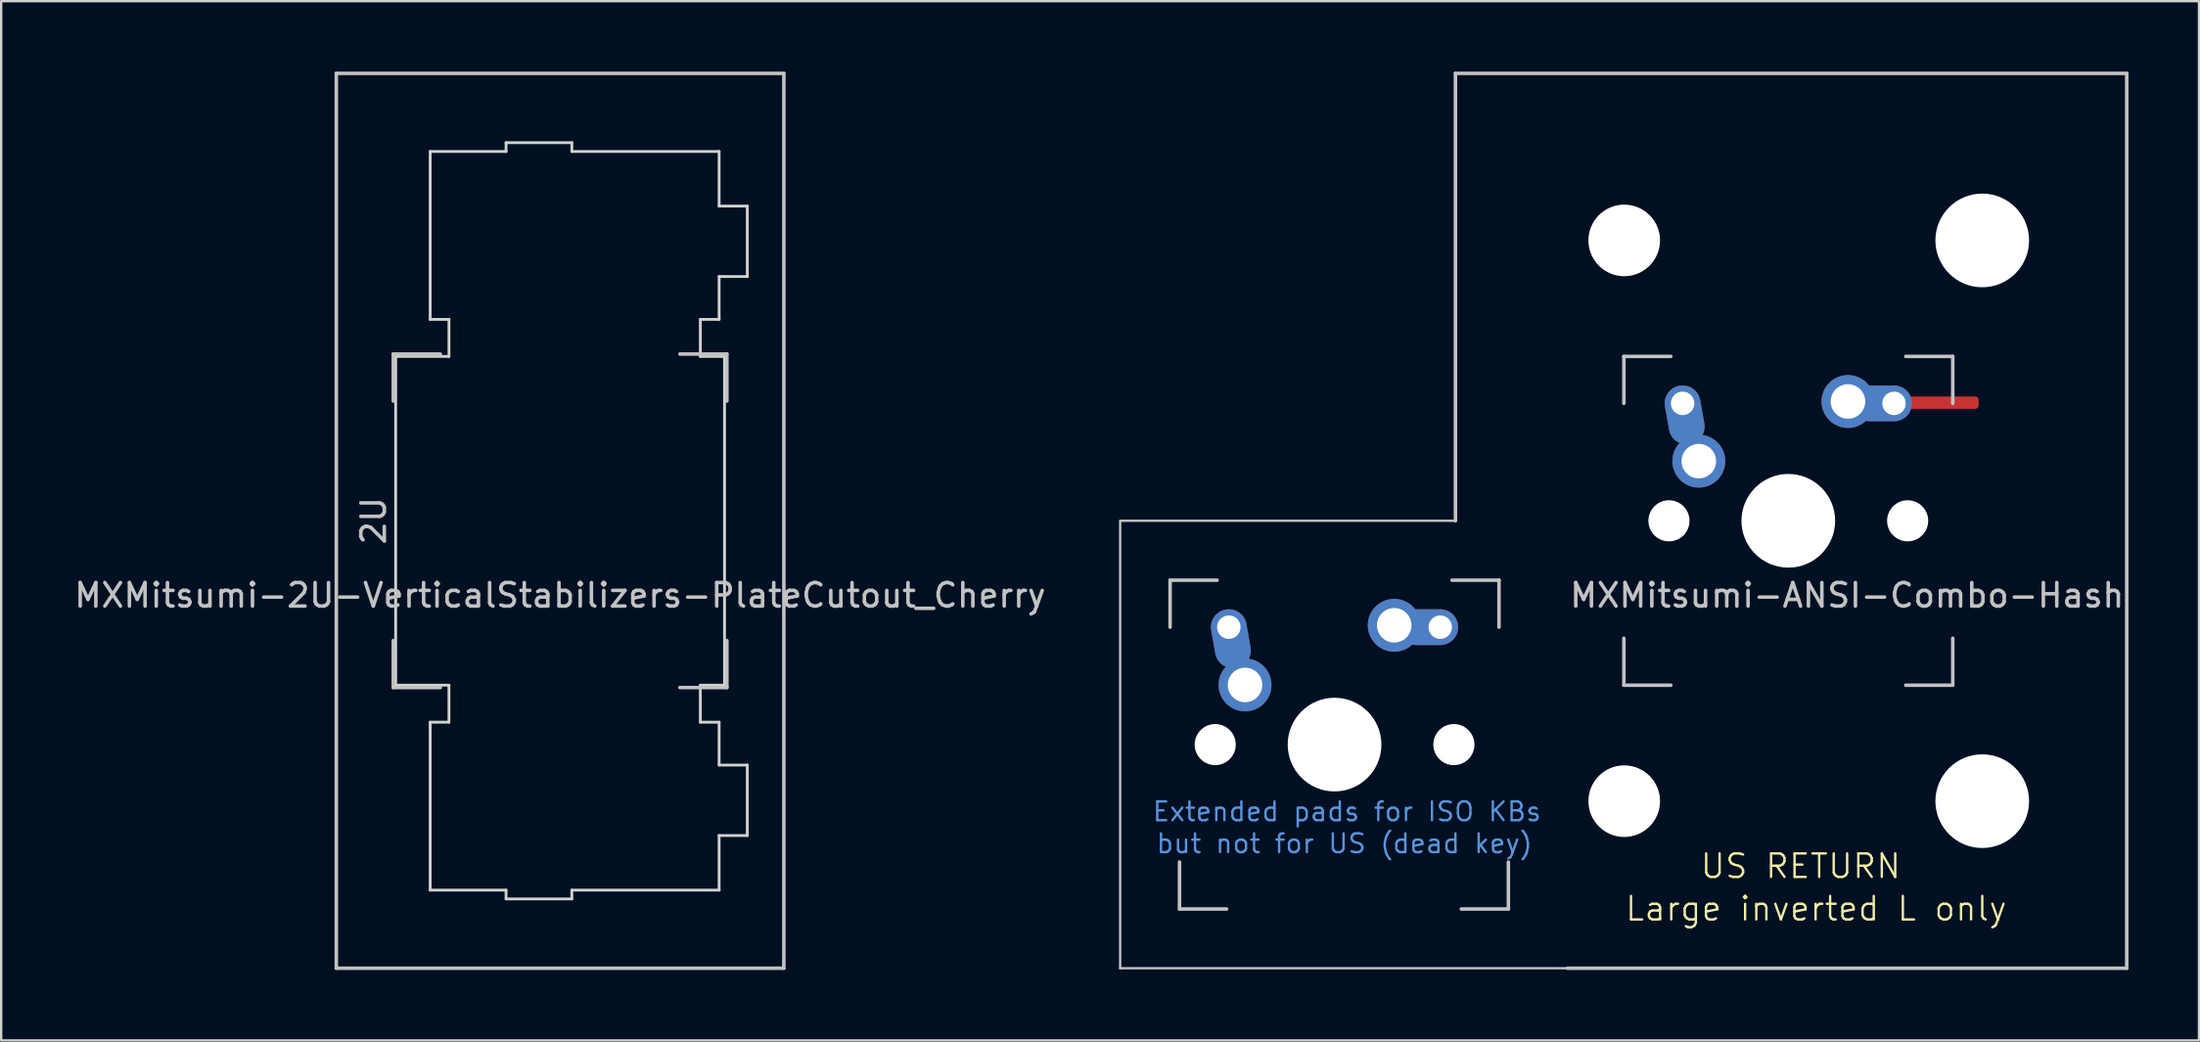
<source format=kicad_pcb>
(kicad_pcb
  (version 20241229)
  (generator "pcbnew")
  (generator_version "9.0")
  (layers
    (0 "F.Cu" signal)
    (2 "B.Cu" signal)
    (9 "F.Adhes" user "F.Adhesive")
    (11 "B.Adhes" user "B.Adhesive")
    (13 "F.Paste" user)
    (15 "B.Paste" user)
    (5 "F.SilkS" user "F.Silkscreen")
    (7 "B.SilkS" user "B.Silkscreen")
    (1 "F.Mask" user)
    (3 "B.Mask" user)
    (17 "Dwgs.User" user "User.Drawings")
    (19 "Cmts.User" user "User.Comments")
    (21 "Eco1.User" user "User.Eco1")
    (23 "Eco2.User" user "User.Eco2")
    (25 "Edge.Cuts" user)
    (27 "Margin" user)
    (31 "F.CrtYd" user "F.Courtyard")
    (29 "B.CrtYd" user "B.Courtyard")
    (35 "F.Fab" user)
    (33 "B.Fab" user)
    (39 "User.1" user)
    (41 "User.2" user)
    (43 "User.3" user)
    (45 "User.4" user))
  (footprint "MXMitsumi-2U-VerticalStabilizers-PlateCutout_Cherry"
    (layer "F.Cu")
    (at 20.792 19.125)
    (property "Reference" "MXMitsumi-2U-VerticalStabilizers-PlateCutout_Cherry" (at 0 3.175 0) (layer "Dwgs.User") (effects (font (size 1 1) (thickness 0.15))))
    (attr through_hole)
    (fp_line (start -9.525 -19.05) (end 9.525 -19.05) (stroke (width 0.15) (type solid)) (layer "Dwgs.User"))
    (fp_line (start -9.525 19.05) (end -9.525 -19.05) (stroke (width 0.15) (type solid)) (layer "Dwgs.User"))
    (fp_line (start -7.1 -7.1) (end -7.1 -5.1) (stroke (width 0.15) (type solid)) (layer "Dwgs.User"))
    (fp_line (start -7.1 5.1) (end -7.1 7.1) (stroke (width 0.15) (type solid)) (layer "Dwgs.User"))
    (fp_line (start -7.1 7.1) (end -5.1 7.1) (stroke (width 0.15) (type solid)) (layer "Dwgs.User"))
    (fp_line (start -5.1 -7.1) (end -7.1 -7.1) (stroke (width 0.15) (type solid)) (layer "Dwgs.User"))
    (fp_line (start 5.1 -7.1) (end 7.1 -7.1) (stroke (width 0.15) (type solid)) (layer "Dwgs.User"))
    (fp_line (start 5.1 7.1) (end 7.1 7.1) (stroke (width 0.15) (type solid)) (layer "Dwgs.User"))
    (fp_line (start 7.1 -7.1) (end 7.1 -5.1) (stroke (width 0.15) (type solid)) (layer "Dwgs.User"))
    (fp_line (start 7.1 7.1) (end 7.1 5.1) (stroke (width 0.15) (type solid)) (layer "Dwgs.User"))
    (fp_line (start 9.525 19.05) (end -9.525 19.05) (stroke (width 0.15) (type solid)) (layer "Dwgs.User"))
    (fp_line (start 9.525 19.05) (end 9.525 -19.05) (stroke (width 0.15) (type solid)) (layer "Dwgs.User"))
    (fp_line (start -7 -7) (end -7 7) (stroke (width 0.12) (type solid)) (layer "Edge.Cuts"))
    (fp_line (start -5.53 -15.725) (end -2.3 -15.725) (stroke (width 0.12) (type solid)) (layer "Edge.Cuts"))
    (fp_line (start -5.53 -8.575) (end -5.53 -15.725) (stroke (width 0.12) (type solid)) (layer "Edge.Cuts"))
    (fp_line (start -5.53 8.575) (end -5.53 15.725) (stroke (width 0.12) (type solid)) (layer "Edge.Cuts"))
    (fp_line (start -5.53 15.725) (end -2.3 15.725) (stroke (width 0.12) (type solid)) (layer "Edge.Cuts"))
    (fp_line (start -4.73 -8.575) (end -5.53 -8.575) (stroke (width 0.12) (type solid)) (layer "Edge.Cuts"))
    (fp_line (start -4.73 -7) (end -7 -7) (stroke (width 0.12) (type solid)) (layer "Edge.Cuts"))
    (fp_line (start -4.73 -7) (end -4.73 -8.575) (stroke (width 0.12) (type solid)) (layer "Edge.Cuts"))
    (fp_line (start -4.73 7) (end -7 7) (stroke (width 0.12) (type solid)) (layer "Edge.Cuts"))
    (fp_line (start -4.73 8.575) (end -5.53 8.575) (stroke (width 0.12) (type solid)) (layer "Edge.Cuts"))
    (fp_line (start -4.73 8.575) (end -4.73 7) (stroke (width 0.12) (type solid)) (layer "Edge.Cuts"))
    (fp_line (start -2.3 -16.1) (end 0.5 -16.1) (stroke (width 0.12) (type solid)) (layer "Edge.Cuts"))
    (fp_line (start -2.3 -15.725) (end -2.3 -16.1) (stroke (width 0.12) (type solid)) (layer "Edge.Cuts"))
    (fp_line (start -2.3 15.725) (end -2.3 16.1) (stroke (width 0.12) (type solid)) (layer "Edge.Cuts"))
    (fp_line (start -2.3 16.1) (end 0.5 16.1) (stroke (width 0.12) (type solid)) (layer "Edge.Cuts"))
    (fp_line (start 0.5 -15.725) (end 0.5 -16.1) (stroke (width 0.12) (type solid)) (layer "Edge.Cuts"))
    (fp_line (start 0.5 15.725) (end 0.5 16.1) (stroke (width 0.12) (type solid)) (layer "Edge.Cuts"))
    (fp_line (start 5.97 -8.575) (end 5.97 -7) (stroke (width 0.12) (type solid)) (layer "Edge.Cuts"))
    (fp_line (start 5.97 -7) (end 7 -7) (stroke (width 0.12) (type solid)) (layer "Edge.Cuts"))
    (fp_line (start 5.97 7) (end 7 7) (stroke (width 0.12) (type solid)) (layer "Edge.Cuts"))
    (fp_line (start 5.97 8.575) (end 5.97 7) (stroke (width 0.12) (type solid)) (layer "Edge.Cuts"))
    (fp_line (start 6.77 -15.725) (end 0.5 -15.725) (stroke (width 0.12) (type solid)) (layer "Edge.Cuts"))
    (fp_line (start 6.77 -13.4) (end 6.77 -15.725) (stroke (width 0.12) (type solid)) (layer "Edge.Cuts"))
    (fp_line (start 6.77 -8.575) (end 5.97 -8.575) (stroke (width 0.12) (type solid)) (layer "Edge.Cuts"))
    (fp_line (start 6.77 -8.575) (end 6.77 -10.4) (stroke (width 0.12) (type solid)) (layer "Edge.Cuts"))
    (fp_line (start 6.77 8.575) (end 5.97 8.575) (stroke (width 0.12) (type solid)) (layer "Edge.Cuts"))
    (fp_line (start 6.77 10.4) (end 6.77 8.575) (stroke (width 0.12) (type solid)) (layer "Edge.Cuts"))
    (fp_line (start 6.77 15.725) (end 0.5 15.725) (stroke (width 0.12) (type solid)) (layer "Edge.Cuts"))
    (fp_line (start 6.77 15.725) (end 6.77 13.4) (stroke (width 0.12) (type solid)) (layer "Edge.Cuts"))
    (fp_line (start 7 7) (end 7 -7) (stroke (width 0.12) (type solid)) (layer "Edge.Cuts"))
    (fp_line (start 7.97 -13.4) (end 6.77 -13.4) (stroke (width 0.12) (type solid)) (layer "Edge.Cuts"))
    (fp_line (start 7.97 -10.4) (end 6.77 -10.4) (stroke (width 0.12) (type solid)) (layer "Edge.Cuts"))
    (fp_line (start 7.97 -10.4) (end 7.97 -13.4) (stroke (width 0.12) (type solid)) (layer "Edge.Cuts"))
    (fp_line (start 7.97 10.4) (end 6.77 10.4) (stroke (width 0.12) (type solid)) (layer "Edge.Cuts"))
    (fp_line (start 7.97 10.4) (end 7.97 13.4) (stroke (width 0.12) (type solid)) (layer "Edge.Cuts"))
    (fp_line (start 7.97 13.4) (end 6.77 13.4) (stroke (width 0.12) (type solid)) (layer "Edge.Cuts"))
    (fp_text user "2U" (at -7.938 0 270) (layer "Dwgs.User") (effects (font (size 1 1) (thickness 0.15)))))
  (footprint "MXMitsumi-ANSI-Combo-Hash"
    (layer "F.Cu")
    (at 75.575 19.125)
    (property "Reference" "MXMitsumi-ANSI-Combo-Hash" (at 0 3.175 0) (layer "Dwgs.User") (effects (font (size 1 1) (thickness 0.15))))
    (attr through_hole)
    (fp_line (start -30.942 19.05) (end -30.942 0) (stroke (width 0.1) (type default)) (layer "Dwgs.User"))
    (fp_line (start -30.93 0) (end -16.669 0) (stroke (width 0.1) (type default)) (layer "Dwgs.User"))
    (fp_line (start -28.816 2.529) (end -28.816 4.529) (stroke (width 0.15) (type solid)) (layer "Dwgs.User"))
    (fp_line (start -28.816 2.529) (end -26.816 2.529) (stroke (width 0.15) (type solid)) (layer "Dwgs.User"))
    (fp_line (start -28.416 14.529) (end -28.416 16.529) (stroke (width 0.15) (type solid)) (layer "Dwgs.User"))
    (fp_line (start -28.41 16.53) (end -26.41 16.53) (stroke (width 0.15) (type solid)) (layer "Dwgs.User"))
    (fp_line (start -16.816 2.529) (end -14.816 2.529) (stroke (width 0.15) (type solid)) (layer "Dwgs.User"))
    (fp_line (start -16.669 -19.05) (end -16.669 0) (stroke (width 0.15) (type solid)) (layer "Dwgs.User"))
    (fp_line (start -16.669 -19.05) (end 11.906 -19.05) (stroke (width 0.15) (type solid)) (layer "Dwgs.User"))
    (fp_line (start -16.42 16.53) (end -14.42 16.53) (stroke (width 0.15) (type solid)) (layer "Dwgs.User"))
    (fp_line (start -14.816 2.529) (end -14.816 4.529) (stroke (width 0.15) (type solid)) (layer "Dwgs.User"))
    (fp_line (start -14.416 14.529) (end -14.416 16.529) (stroke (width 0.15) (type solid)) (layer "Dwgs.User"))
    (fp_line (start -11.906 19.05) (end 11.906 19.05) (stroke (width 0.15) (type solid)) (layer "Dwgs.User"))
    (fp_line (start -9.5 -7) (end -9.5 -5) (stroke (width 0.15) (type solid)) (layer "Dwgs.User"))
    (fp_line (start -9.5 5) (end -9.5 7) (stroke (width 0.15) (type solid)) (layer "Dwgs.User"))
    (fp_line (start -9.5 7) (end -7.5 7) (stroke (width 0.15) (type solid)) (layer "Dwgs.User"))
    (fp_line (start -7.5 -7) (end -9.5 -7) (stroke (width 0.15) (type solid)) (layer "Dwgs.User"))
    (fp_line (start 2.5 -7) (end 4.5 -7) (stroke (width 0.15) (type solid)) (layer "Dwgs.User"))
    (fp_line (start 2.5 7) (end 4.5 7) (stroke (width 0.15) (type solid)) (layer "Dwgs.User"))
    (fp_line (start 4.5 -7) (end 4.5 -5) (stroke (width 0.15) (type solid)) (layer "Dwgs.User"))
    (fp_line (start 4.5 7) (end 4.5 5) (stroke (width 0.15) (type solid)) (layer "Dwgs.User"))
    (fp_line (start 11.906 -19.05) (end 11.906 19.05) (stroke (width 0.15) (type solid)) (layer "Dwgs.User"))
    (fp_line (start 11.906 19.05) (end -30.942 19.05) (stroke (width 0.1) (type default)) (layer "Dwgs.User"))
    (fp_text user "Large inverted L only" (at -9.5 17.1 0) (unlocked yes) (layer "F.SilkS") (effects (font (size 1 1) (thickness 0.1)) (justify left bottom)))
    (fp_text user "US RETURN" (at -6.3 15.29 0) (unlocked yes) (layer "F.SilkS") (effects (font (size 1 1) (thickness 0.1)) (justify left bottom)))
    (fp_text user "but not for US (dead key)" (at -29.46 14.21 0) (unlocked yes) (layer "Cmts.User") (effects (font (size 0.8 0.8) (thickness 0.1)) (justify left bottom)))
    (fp_text user "Extended pads for ISO KBs" (at -29.62 12.85 0) (unlocked yes) (layer "Cmts.User") (effects (font (size 0.8 0.8) (thickness 0.1)) (justify left bottom)))
    (pad "" np_thru_hole circle (at -26.896 9.529 48.099) (size 1.75 1.75) (drill 1.75) (layers "*.Cu" "*.Mask"))
    (pad "" np_thru_hole circle (at -21.816 9.529) (size 3.988 3.988) (drill 3.988) (layers "*.Cu" "*.Mask"))
    (pad "" np_thru_hole circle (at -16.736 9.529 48.099) (size 1.75 1.75) (drill 1.75) (layers "*.Cu" "*.Mask"))
    (pad "" np_thru_hole circle (at -9.485 -11.938) (size 3.048 3.048) (drill 3.048) (layers "*.Cu" "*.Mask"))
    (pad "" np_thru_hole circle (at -9.485 11.938) (size 3.048 3.048) (drill 3.048) (layers "*.Cu" "*.Mask"))
    (pad "" np_thru_hole circle (at -7.58 0 48.099) (size 1.75 1.75) (drill 1.75) (layers "*.Cu" "*.Mask"))
    (pad "" np_thru_hole circle (at -2.5 0) (size 3.988 3.988) (drill 3.988) (layers "*.Cu" "*.Mask"))
    (pad "" np_thru_hole circle (at 2.58 0 48.099) (size 1.75 1.75) (drill 1.75) (layers "*.Cu" "*.Mask"))
    (pad "" np_thru_hole circle (at 5.755 -11.938) (size 3.988 3.988) (drill 3.988) (layers "*.Cu" "*.Mask"))
    (pad "" np_thru_hole circle (at 5.755 11.938) (size 3.988 3.988) (drill 3.988) (layers "*.Cu" "*.Mask"))
    (pad "1" thru_hole oval (at -7 -5 280) (size 2.524 1.524) (drill 1 (offset 0.5 0)) (layers "*.Cu" "B.Mask"))
    (pad "1" thru_hole circle (at -6.31 -2.54) (size 2.25 2.25) (drill 1.47) (layers "*.Cu" "B.Mask"))
    (pad "2" thru_hole circle (at 0.04 -5.08) (size 2.25 2.25) (drill 1.47) (layers "*.Cu" "B.Mask"))
    (pad "2" thru_hole oval (at 2 -5) (size 2.524 1.524) (drill 1 (offset -0.5 0)) (layers "*.Cu" "B.Mask"))
    (pad "2" smd roundrect (at 3.6 -5.03) (size 3 0.524) (drill (offset 0.5 0)) (layers "F.Cu") (roundrect_rratio 0.262))
    (pad "3" thru_hole oval (at -26.316 4.529 280) (size 2.524 1.524) (drill 1 (offset 0.5 0)) (layers "*.Cu" "B.Mask"))
    (pad "3" thru_hole oval (at -25.626 6.989) (size 2.25 2.25) (drill 1.47) (layers "*.Cu" "B.Mask"))
    (pad "4" thru_hole circle (at -19.276 4.449) (size 2.25 2.25) (drill 1.47) (layers "*.Cu" "B.Mask"))
    (pad "4" thru_hole oval (at -17.316 4.529) (size 2.524 1.524) (drill 1 (offset -0.5 0)) (layers "*.Cu" "B.Mask")))
  (gr_rect
    (start -3 -3)
    (end 90.556 41.25)
    (stroke (width 0.1) (type default))
    (fill no)
    (layer "Edge.Cuts")))
</source>
